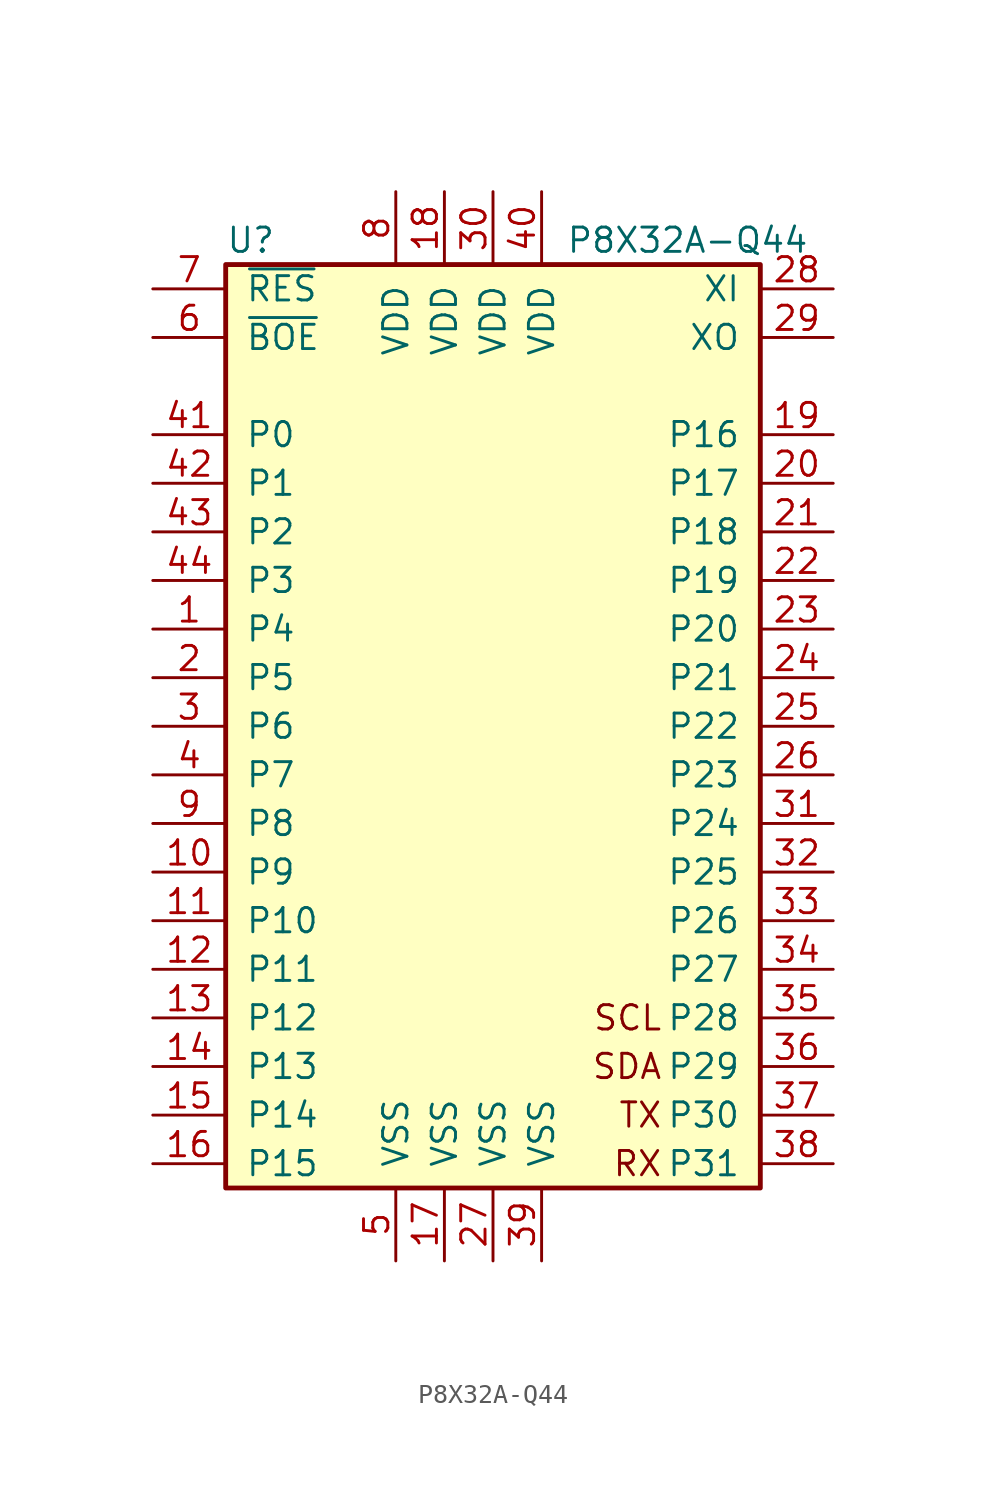
<source format=kicad_sym>
(kicad_symbol_lib
  (version 20201005)
  (generator kicad_symbol_editor)
  (symbol "P8X32A-Q44"
    (pin_names
      (offset 1.016))
    (property "Reference" "U"
      (at -13.97 25.4 0)
      (effects (font (size 1.27 1.27)) (justify left)))
    (property "Value" "P8X32A-Q44"
      (at 3.81 25.4 0)
      (effects (font (size 1.27 1.27)) (justify left)))
    (symbol "P8X32A-Q44_0_1"
      (text "RX" (at 8.89 -22.86 0) (effects (font (size 1.27 1.27)) (justify right)))
      (text "SCL" (at 8.89 -15.24 0) (effects (font (size 1.27 1.27)) (justify right)))
      (text "SDA" (at 8.89 -17.78 0) (effects (font (size 1.27 1.27)) (justify right)))
      (text "TX" (at 8.89 -20.32 0) (effects (font (size 1.27 1.27)) (justify right)))
      (rectangle (start -13.97 24.13) (end 13.97 -24.13) (stroke (width 0.254)) (fill (type background)))
      (pin bidirectional line (at -17.78 5.08 0) (length 3.81) (name "P4" (effects (font (size 1.27 1.27)))) (number "1" (effects (font (size 1.27 1.27)))))
      (pin bidirectional line (at -17.78 2.54 0) (length 3.81) (name "P5" (effects (font (size 1.27 1.27)))) (number "2" (effects (font (size 1.27 1.27)))))
      (pin bidirectional line (at -17.78 0 0) (length 3.81) (name "P6" (effects (font (size 1.27 1.27)))) (number "3" (effects (font (size 1.27 1.27)))))
      (pin bidirectional line (at -17.78 -2.54 0) (length 3.81) (name "P7" (effects (font (size 1.27 1.27)))) (number "4" (effects (font (size 1.27 1.27)))))
      (pin power_in line (at -5.08 -27.94 90) (length 3.81) (name "VSS" (effects (font (size 1.27 1.27)))) (number "5" (effects (font (size 1.27 1.27)))))
      (pin input line (at -17.78 20.32 0) (length 3.81) (name "~BOE" (effects (font (size 1.27 1.27)))) (number "6" (effects (font (size 1.27 1.27)))))
      (pin bidirectional line (at -17.78 22.86 0) (length 3.81) (name "~RES" (effects (font (size 1.27 1.27)))) (number "7" (effects (font (size 1.27 1.27)))))
      (pin power_in line (at -5.08 27.94 270) (length 3.81) (name "VDD" (effects (font (size 1.27 1.27)))) (number "8" (effects (font (size 1.27 1.27)))))
      (pin bidirectional line (at -17.78 -5.08 0) (length 3.81) (name "P8" (effects (font (size 1.27 1.27)))) (number "9" (effects (font (size 1.27 1.27)))))
      (pin bidirectional line (at -17.78 -7.62 0) (length 3.81) (name "P9" (effects (font (size 1.27 1.27)))) (number "10" (effects (font (size 1.27 1.27)))))
      (pin bidirectional line (at 17.78 12.7 180) (length 3.81) (name "P17" (effects (font (size 1.27 1.27)))) (number "20" (effects (font (size 1.27 1.27)))))
      (pin power_in line (at 0 27.94 270) (length 3.81) (name "VDD" (effects (font (size 1.27 1.27)))) (number "30" (effects (font (size 1.27 1.27)))))
      (pin power_in line (at 2.54 27.94 270) (length 3.81) (name "VDD" (effects (font (size 1.27 1.27)))) (number "40" (effects (font (size 1.27 1.27)))))
      (pin bidirectional line (at -17.78 -10.16 0) (length 3.81) (name "P10" (effects (font (size 1.27 1.27)))) (number "11" (effects (font (size 1.27 1.27)))))
      (pin bidirectional line (at 17.78 10.16 180) (length 3.81) (name "P18" (effects (font (size 1.27 1.27)))) (number "21" (effects (font (size 1.27 1.27)))))
      (pin bidirectional line (at 17.78 -5.08 180) (length 3.81) (name "P24" (effects (font (size 1.27 1.27)))) (number "31" (effects (font (size 1.27 1.27)))))
      (pin bidirectional line (at -17.78 15.24 0) (length 3.81) (name "P0" (effects (font (size 1.27 1.27)))) (number "41" (effects (font (size 1.27 1.27)))))
      (pin bidirectional line (at -17.78 -12.7 0) (length 3.81) (name "P11" (effects (font (size 1.27 1.27)))) (number "12" (effects (font (size 1.27 1.27)))))
      (pin bidirectional line (at 17.78 7.62 180) (length 3.81) (name "P19" (effects (font (size 1.27 1.27)))) (number "22" (effects (font (size 1.27 1.27)))))
      (pin bidirectional line (at 17.78 -7.62 180) (length 3.81) (name "P25" (effects (font (size 1.27 1.27)))) (number "32" (effects (font (size 1.27 1.27)))))
      (pin bidirectional line (at -17.78 12.7 0) (length 3.81) (name "P1" (effects (font (size 1.27 1.27)))) (number "42" (effects (font (size 1.27 1.27)))))
      (pin bidirectional line (at -17.78 -15.24 0) (length 3.81) (name "P12" (effects (font (size 1.27 1.27)))) (number "13" (effects (font (size 1.27 1.27)))))
      (pin bidirectional line (at 17.78 5.08 180) (length 3.81) (name "P20" (effects (font (size 1.27 1.27)))) (number "23" (effects (font (size 1.27 1.27)))))
      (pin bidirectional line (at 17.78 -10.16 180) (length 3.81) (name "P26" (effects (font (size 1.27 1.27)))) (number "33" (effects (font (size 1.27 1.27)))))
      (pin bidirectional line (at -17.78 10.16 0) (length 3.81) (name "P2" (effects (font (size 1.27 1.27)))) (number "43" (effects (font (size 1.27 1.27)))))
      (pin bidirectional line (at -17.78 -17.78 0) (length 3.81) (name "P13" (effects (font (size 1.27 1.27)))) (number "14" (effects (font (size 1.27 1.27)))))
      (pin bidirectional line (at 17.78 2.54 180) (length 3.81) (name "P21" (effects (font (size 1.27 1.27)))) (number "24" (effects (font (size 1.27 1.27)))))
      (pin bidirectional line (at 17.78 -12.7 180) (length 3.81) (name "P27" (effects (font (size 1.27 1.27)))) (number "34" (effects (font (size 1.27 1.27)))))
      (pin bidirectional line (at -17.78 7.62 0) (length 3.81) (name "P3" (effects (font (size 1.27 1.27)))) (number "44" (effects (font (size 1.27 1.27)))))
      (pin bidirectional line (at -17.78 -20.32 0) (length 3.81) (name "P14" (effects (font (size 1.27 1.27)))) (number "15" (effects (font (size 1.27 1.27)))))
      (pin bidirectional line (at 17.78 0 180) (length 3.81) (name "P22" (effects (font (size 1.27 1.27)))) (number "25" (effects (font (size 1.27 1.27)))))
      (pin bidirectional line (at 17.78 -15.24 180) (length 3.81) (name "P28" (effects (font (size 1.27 1.27)))) (number "35" (effects (font (size 1.27 1.27)))))
      (pin bidirectional line (at -17.78 -22.86 0) (length 3.81) (name "P15" (effects (font (size 1.27 1.27)))) (number "16" (effects (font (size 1.27 1.27)))))
      (pin bidirectional line (at 17.78 -2.54 180) (length 3.81) (name "P23" (effects (font (size 1.27 1.27)))) (number "26" (effects (font (size 1.27 1.27)))))
      (pin bidirectional line (at 17.78 -17.78 180) (length 3.81) (name "P29" (effects (font (size 1.27 1.27)))) (number "36" (effects (font (size 1.27 1.27)))))
      (pin power_in line (at -2.54 -27.94 90) (length 3.81) (name "VSS" (effects (font (size 1.27 1.27)))) (number "17" (effects (font (size 1.27 1.27)))))
      (pin power_in line (at 0 -27.94 90) (length 3.81) (name "VSS" (effects (font (size 1.27 1.27)))) (number "27" (effects (font (size 1.27 1.27)))))
      (pin bidirectional line (at 17.78 -20.32 180) (length 3.81) (name "P30" (effects (font (size 1.27 1.27)))) (number "37" (effects (font (size 1.27 1.27)))))
      (pin power_in line (at -2.54 27.94 270) (length 3.81) (name "VDD" (effects (font (size 1.27 1.27)))) (number "18" (effects (font (size 1.27 1.27)))))
      (pin input line (at 17.78 22.86 180) (length 3.81) (name "XI" (effects (font (size 1.27 1.27)))) (number "28" (effects (font (size 1.27 1.27)))))
      (pin bidirectional line (at 17.78 -22.86 180) (length 3.81) (name "P31" (effects (font (size 1.27 1.27)))) (number "38" (effects (font (size 1.27 1.27)))))
      (pin bidirectional line (at 17.78 15.24 180) (length 3.81) (name "P16" (effects (font (size 1.27 1.27)))) (number "19" (effects (font (size 1.27 1.27)))))
      (pin output line (at 17.78 20.32 180) (length 3.81) (name "XO" (effects (font (size 1.27 1.27)))) (number "29" (effects (font (size 1.27 1.27)))))
      (pin power_in line (at 2.54 -27.94 90) (length 3.81) (name "VSS" (effects (font (size 1.27 1.27)))) (number "39" (effects (font (size 1.27 1.27))))))))
</source>
